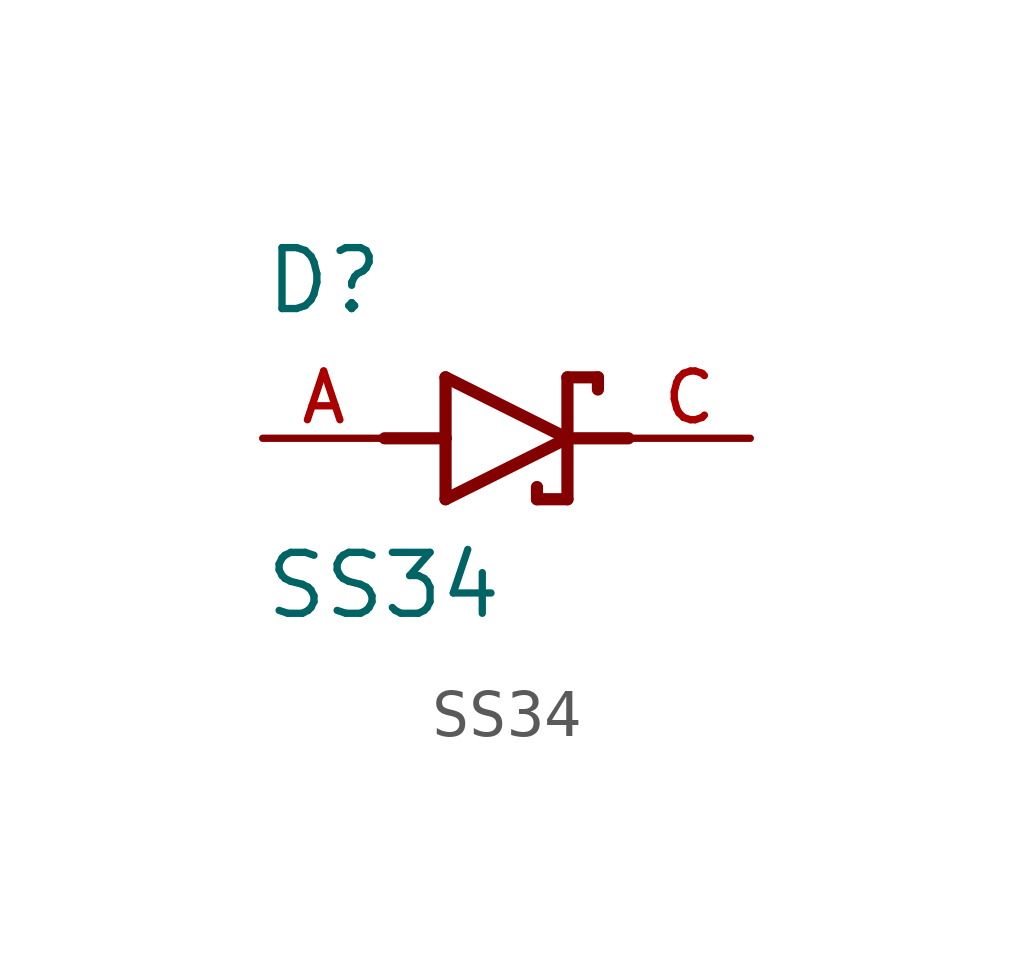
<source format=kicad_sym>
(kicad_symbol_lib
  (version 20220914)
  (generator kicad_symbol_editor)
  (symbol "SS34"
    (pin_names
      (offset 1.016))
    (property "Reference" "D"
      (at -5.08 2.54 0)
      (effects (font (size 1.27 1.27)) (justify left bottom)))
    (property "Value" "SS34"
      (at -5.08 -3.81 0)
      (effects (font (size 1.27 1.27)) (justify left bottom)))
    (symbol "SS34_0_0"
      (polyline (pts (xy -2.54 0) (xy -1.27 0)) (stroke (width 0.254) (type default)) (fill (type none)))
      (polyline (pts (xy -1.27 -1.27) (xy 1.27 0)) (stroke (width 0.254) (type default)) (fill (type none)))
      (polyline (pts (xy -1.27 0) (xy -1.27 -1.27)) (stroke (width 0.254) (type default)) (fill (type none)))
      (polyline (pts (xy -1.27 1.27) (xy -1.27 0)) (stroke (width 0.254) (type default)) (fill (type none)))
      (polyline (pts (xy 0.635 -1.016) (xy 0.635 -1.27)) (stroke (width 0.254) (type default)) (fill (type none)))
      (polyline (pts (xy 1.27 -1.27) (xy 0.635 -1.27)) (stroke (width 0.254) (type default)) (fill (type none)))
      (polyline (pts (xy 1.27 0) (xy -1.27 1.27)) (stroke (width 0.254) (type default)) (fill (type none)))
      (polyline (pts (xy 1.27 0) (xy 1.27 -1.27)) (stroke (width 0.254) (type default)) (fill (type none)))
      (polyline (pts (xy 1.27 1.27) (xy 1.27 0)) (stroke (width 0.254) (type default)) (fill (type none)))
      (polyline (pts (xy 1.905 1.27) (xy 1.27 1.27)) (stroke (width 0.254) (type default)) (fill (type none)))
      (polyline (pts (xy 1.905 1.27) (xy 1.905 1.016)) (stroke (width 0.254) (type default)) (fill (type none)))
      (polyline (pts (xy 2.54 0) (xy 1.27 0)) (stroke (width 0.254) (type default)) (fill (type none)))
      (pin passive line (at -5.08 0 0) (length 2.54) (name "~" (effects (font (size 1.016 1.016)))) (number "A" (effects (font (size 1.016 1.016)))))
      (pin passive line (at 5.08 0 180) (length 2.54) (name "~" (effects (font (size 1.016 1.016)))) (number "C" (effects (font (size 1.016 1.016))))))))
</source>
